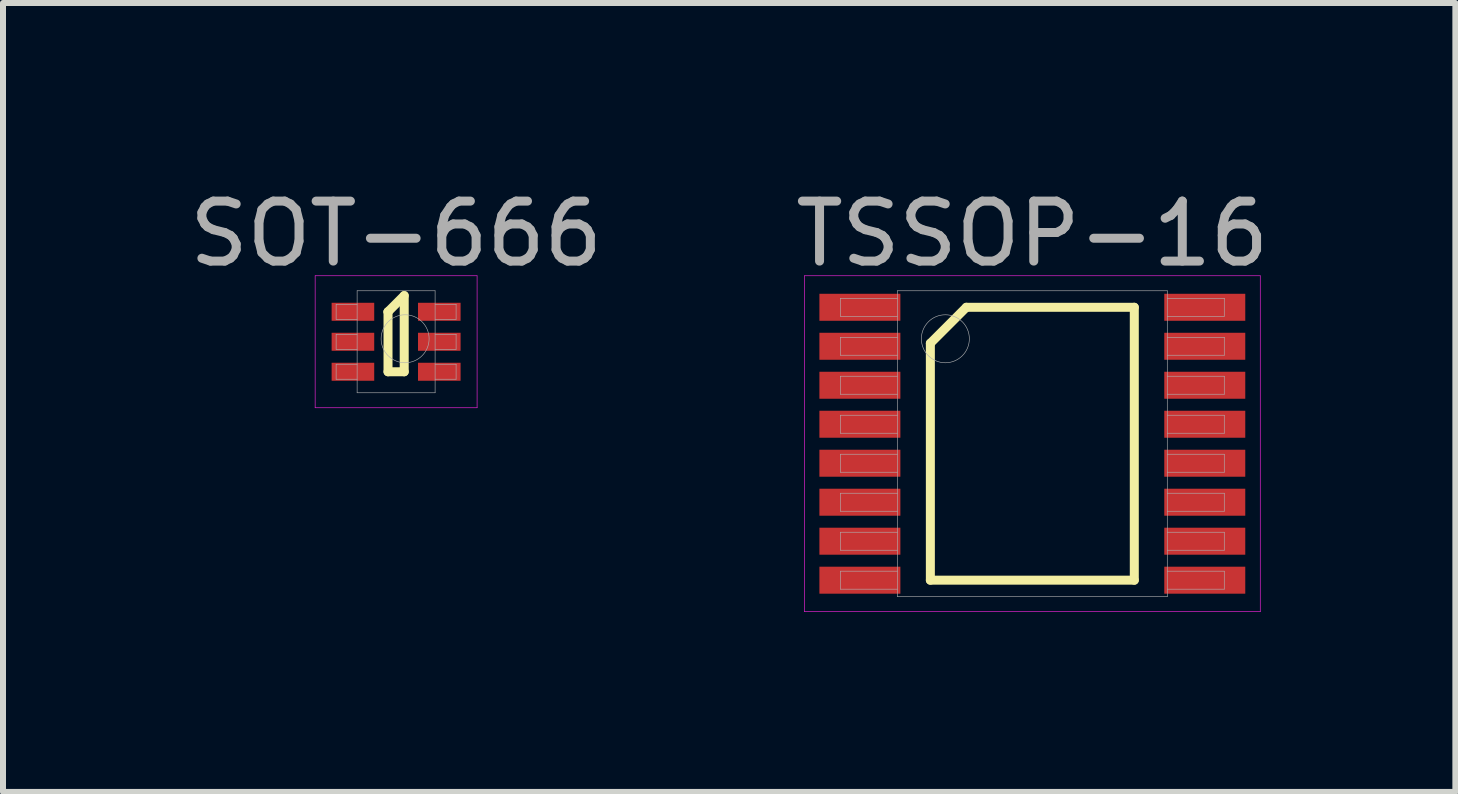
<source format=kicad_pcb>
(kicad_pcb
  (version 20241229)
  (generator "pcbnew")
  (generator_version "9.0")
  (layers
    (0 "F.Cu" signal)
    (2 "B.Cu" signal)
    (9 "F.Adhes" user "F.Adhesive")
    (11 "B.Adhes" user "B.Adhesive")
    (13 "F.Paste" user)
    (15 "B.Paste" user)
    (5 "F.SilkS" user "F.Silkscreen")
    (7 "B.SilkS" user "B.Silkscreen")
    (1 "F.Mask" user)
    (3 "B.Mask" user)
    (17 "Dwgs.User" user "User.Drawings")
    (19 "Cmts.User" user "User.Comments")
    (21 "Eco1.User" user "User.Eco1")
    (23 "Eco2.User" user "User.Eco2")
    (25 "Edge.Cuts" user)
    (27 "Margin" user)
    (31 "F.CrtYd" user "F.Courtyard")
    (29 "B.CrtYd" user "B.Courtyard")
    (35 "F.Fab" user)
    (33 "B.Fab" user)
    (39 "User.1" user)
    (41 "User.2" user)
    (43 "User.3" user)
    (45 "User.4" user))
  (footprint "TSSOP-16"
    (layer "F.Cu")
    (at 14.161 4.348)
    (property "Reference" "TSSOP-16" (at 0 -3.5 0) (layer "F.Fab") (effects (font (size 1 1) (thickness 0.15))))
    (attr through_hole)
    (fp_line (start -1.7 -1.675) (end -1.1 -2.275) (stroke (width 0.15) (type solid)) (layer "F.SilkS"))
    (fp_line (start -1.7 2.275) (end -1.7 -1.675) (stroke (width 0.15) (type solid)) (layer "F.SilkS"))
    (fp_line (start -1.1 -2.275) (end 1.7 -2.275) (stroke (width 0.15) (type solid)) (layer "F.SilkS"))
    (fp_line (start 1.7 -2.275) (end 1.7 2.275) (stroke (width 0.15) (type solid)) (layer "F.SilkS"))
    (fp_line (start 1.7 2.275) (end -1.7 2.275) (stroke (width 0.15) (type solid)) (layer "F.SilkS"))
    (fp_line (start -3.8 -2.8) (end 3.8 -2.8) (stroke (width 0.01) (type solid)) (layer "F.CrtYd"))
    (fp_line (start -3.8 2.8) (end -3.8 -2.8) (stroke (width 0.01) (type solid)) (layer "F.CrtYd"))
    (fp_line (start 3.8 -2.8) (end 3.8 2.8) (stroke (width 0.01) (type solid)) (layer "F.CrtYd"))
    (fp_line (start 3.8 2.8) (end -3.8 2.8) (stroke (width 0.01) (type solid)) (layer "F.CrtYd"))
    (fp_line (start -3.2 -2.425) (end -2.25 -2.425) (stroke (width 0.01) (type solid)) (layer "F.Fab"))
    (fp_line (start -3.2 -2.125) (end -3.2 -2.425) (stroke (width 0.01) (type solid)) (layer "F.Fab"))
    (fp_line (start -3.2 -1.775) (end -2.25 -1.775) (stroke (width 0.01) (type solid)) (layer "F.Fab"))
    (fp_line (start -3.2 -1.475) (end -3.2 -1.775) (stroke (width 0.01) (type solid)) (layer "F.Fab"))
    (fp_line (start -3.2 -1.125) (end -2.25 -1.125) (stroke (width 0.01) (type solid)) (layer "F.Fab"))
    (fp_line (start -3.2 -0.825) (end -3.2 -1.125) (stroke (width 0.01) (type solid)) (layer "F.Fab"))
    (fp_line (start -3.2 -0.475) (end -2.25 -0.475) (stroke (width 0.01) (type solid)) (layer "F.Fab"))
    (fp_line (start -3.2 -0.175) (end -3.2 -0.475) (stroke (width 0.01) (type solid)) (layer "F.Fab"))
    (fp_line (start -3.2 0.175) (end -2.25 0.175) (stroke (width 0.01) (type solid)) (layer "F.Fab"))
    (fp_line (start -3.2 0.475) (end -3.2 0.175) (stroke (width 0.01) (type solid)) (layer "F.Fab"))
    (fp_line (start -3.2 0.825) (end -2.25 0.825) (stroke (width 0.01) (type solid)) (layer "F.Fab"))
    (fp_line (start -3.2 1.125) (end -3.2 0.825) (stroke (width 0.01) (type solid)) (layer "F.Fab"))
    (fp_line (start -3.2 1.475) (end -2.25 1.475) (stroke (width 0.01) (type solid)) (layer "F.Fab"))
    (fp_line (start -3.2 1.775) (end -3.2 1.475) (stroke (width 0.01) (type solid)) (layer "F.Fab"))
    (fp_line (start -3.2 2.125) (end -2.25 2.125) (stroke (width 0.01) (type solid)) (layer "F.Fab"))
    (fp_line (start -3.2 2.425) (end -3.2 2.125) (stroke (width 0.01) (type solid)) (layer "F.Fab"))
    (fp_line (start -2.25 -2.55) (end 2.25 -2.55) (stroke (width 0.01) (type solid)) (layer "F.Fab"))
    (fp_line (start -2.25 -2.125) (end -3.2 -2.125) (stroke (width 0.01) (type solid)) (layer "F.Fab"))
    (fp_line (start -2.25 -1.475) (end -3.2 -1.475) (stroke (width 0.01) (type solid)) (layer "F.Fab"))
    (fp_line (start -2.25 -0.825) (end -3.2 -0.825) (stroke (width 0.01) (type solid)) (layer "F.Fab"))
    (fp_line (start -2.25 -0.175) (end -3.2 -0.175) (stroke (width 0.01) (type solid)) (layer "F.Fab"))
    (fp_line (start -2.25 0.475) (end -3.2 0.475) (stroke (width 0.01) (type solid)) (layer "F.Fab"))
    (fp_line (start -2.25 1.125) (end -3.2 1.125) (stroke (width 0.01) (type solid)) (layer "F.Fab"))
    (fp_line (start -2.25 1.775) (end -3.2 1.775) (stroke (width 0.01) (type solid)) (layer "F.Fab"))
    (fp_line (start -2.25 2.425) (end -3.2 2.425) (stroke (width 0.01) (type solid)) (layer "F.Fab"))
    (fp_line (start -2.25 2.55) (end -2.25 -2.55) (stroke (width 0.01) (type solid)) (layer "F.Fab"))
    (fp_line (start 2.25 -2.55) (end 2.25 2.55) (stroke (width 0.01) (type solid)) (layer "F.Fab"))
    (fp_line (start 2.25 -2.425) (end 3.2 -2.425) (stroke (width 0.01) (type solid)) (layer "F.Fab"))
    (fp_line (start 2.25 -1.775) (end 3.2 -1.775) (stroke (width 0.01) (type solid)) (layer "F.Fab"))
    (fp_line (start 2.25 -1.125) (end 3.2 -1.125) (stroke (width 0.01) (type solid)) (layer "F.Fab"))
    (fp_line (start 2.25 -0.475) (end 3.2 -0.475) (stroke (width 0.01) (type solid)) (layer "F.Fab"))
    (fp_line (start 2.25 0.175) (end 3.2 0.175) (stroke (width 0.01) (type solid)) (layer "F.Fab"))
    (fp_line (start 2.25 0.825) (end 3.2 0.825) (stroke (width 0.01) (type solid)) (layer "F.Fab"))
    (fp_line (start 2.25 1.475) (end 3.2 1.475) (stroke (width 0.01) (type solid)) (layer "F.Fab"))
    (fp_line (start 2.25 2.125) (end 3.2 2.125) (stroke (width 0.01) (type solid)) (layer "F.Fab"))
    (fp_line (start 2.25 2.55) (end -2.25 2.55) (stroke (width 0.01) (type solid)) (layer "F.Fab"))
    (fp_line (start 3.2 -2.425) (end 3.2 -2.125) (stroke (width 0.01) (type solid)) (layer "F.Fab"))
    (fp_line (start 3.2 -2.125) (end 2.25 -2.125) (stroke (width 0.01) (type solid)) (layer "F.Fab"))
    (fp_line (start 3.2 -1.775) (end 3.2 -1.475) (stroke (width 0.01) (type solid)) (layer "F.Fab"))
    (fp_line (start 3.2 -1.475) (end 2.25 -1.475) (stroke (width 0.01) (type solid)) (layer "F.Fab"))
    (fp_line (start 3.2 -1.125) (end 3.2 -0.825) (stroke (width 0.01) (type solid)) (layer "F.Fab"))
    (fp_line (start 3.2 -0.825) (end 2.25 -0.825) (stroke (width 0.01) (type solid)) (layer "F.Fab"))
    (fp_line (start 3.2 -0.475) (end 3.2 -0.175) (stroke (width 0.01) (type solid)) (layer "F.Fab"))
    (fp_line (start 3.2 -0.175) (end 2.25 -0.175) (stroke (width 0.01) (type solid)) (layer "F.Fab"))
    (fp_line (start 3.2 0.175) (end 3.2 0.475) (stroke (width 0.01) (type solid)) (layer "F.Fab"))
    (fp_line (start 3.2 0.475) (end 2.25 0.475) (stroke (width 0.01) (type solid)) (layer "F.Fab"))
    (fp_line (start 3.2 0.825) (end 3.2 1.125) (stroke (width 0.01) (type solid)) (layer "F.Fab"))
    (fp_line (start 3.2 1.125) (end 2.25 1.125) (stroke (width 0.01) (type solid)) (layer "F.Fab"))
    (fp_line (start 3.2 1.475) (end 3.2 1.775) (stroke (width 0.01) (type solid)) (layer "F.Fab"))
    (fp_line (start 3.2 1.775) (end 2.25 1.775) (stroke (width 0.01) (type solid)) (layer "F.Fab"))
    (fp_line (start 3.2 2.125) (end 3.2 2.425) (stroke (width 0.01) (type solid)) (layer "F.Fab"))
    (fp_line (start 3.2 2.425) (end 2.25 2.425) (stroke (width 0.01) (type solid)) (layer "F.Fab"))
    (fp_circle (center -1.45 -1.75) (end -1.45 -1.35) (stroke (width 0.01) (type solid)) (fill no) (layer "F.Fab"))
    (pad "1" smd rect (at -2.875 -2.275) (size 1.35 0.45) (layers "F.Cu" "F.Mask" "F.Paste"))
    (pad "2" smd rect (at -2.875 -1.625) (size 1.35 0.45) (layers "F.Cu" "F.Mask" "F.Paste"))
    (pad "3" smd rect (at -2.875 -0.975) (size 1.35 0.45) (layers "F.Cu" "F.Mask" "F.Paste"))
    (pad "4" smd rect (at -2.875 -0.325) (size 1.35 0.45) (layers "F.Cu" "F.Mask" "F.Paste"))
    (pad "5" smd rect (at -2.875 0.325) (size 1.35 0.45) (layers "F.Cu" "F.Mask" "F.Paste"))
    (pad "6" smd rect (at -2.875 0.975) (size 1.35 0.45) (layers "F.Cu" "F.Mask" "F.Paste"))
    (pad "7" smd rect (at -2.875 1.625) (size 1.35 0.45) (layers "F.Cu" "F.Mask" "F.Paste"))
    (pad "8" smd rect (at -2.875 2.275) (size 1.35 0.45) (layers "F.Cu" "F.Mask" "F.Paste"))
    (pad "9" smd rect (at 2.875 2.275) (size 1.35 0.45) (layers "F.Cu" "F.Mask" "F.Paste"))
    (pad "10" smd rect (at 2.875 1.625) (size 1.35 0.45) (layers "F.Cu" "F.Mask" "F.Paste"))
    (pad "11" smd rect (at 2.875 0.975) (size 1.35 0.45) (layers "F.Cu" "F.Mask" "F.Paste"))
    (pad "12" smd rect (at 2.875 0.325) (size 1.35 0.45) (layers "F.Cu" "F.Mask" "F.Paste"))
    (pad "13" smd rect (at 2.875 -0.325) (size 1.35 0.45) (layers "F.Cu" "F.Mask" "F.Paste"))
    (pad "14" smd rect (at 2.875 -0.975) (size 1.35 0.45) (layers "F.Cu" "F.Mask" "F.Paste"))
    (pad "15" smd rect (at 2.875 -1.625) (size 1.35 0.45) (layers "F.Cu" "F.Mask" "F.Paste"))
    (pad "16" smd rect (at 2.875 -2.275) (size 1.35 0.45) (layers "F.Cu" "F.Mask" "F.Paste")))
  (footprint "SOT-666"
    (layer "F.Cu")
    (at 3.554 2.648)
    (property "Reference" "SOT-666" (at 0 -1.8 0) (layer "F.Fab") (effects (font (size 1 1) (thickness 0.15))))
    (attr through_hole)
    (fp_line (start -0.135 -0.5) (end -0.135 -0.5) (stroke (width 0.15) (type solid)) (layer "F.SilkS"))
    (fp_line (start -0.135 -0.5) (end -0.135 0.5) (stroke (width 0.15) (type solid)) (layer "F.SilkS"))
    (fp_line (start -0.135 0.5) (end 0.135 0.5) (stroke (width 0.15) (type solid)) (layer "F.SilkS"))
    (fp_line (start 0.135 -0.77) (end -0.135 -0.5) (stroke (width 0.15) (type solid)) (layer "F.SilkS"))
    (fp_line (start 0.135 0.5) (end 0.135 -0.77) (stroke (width 0.15) (type solid)) (layer "F.SilkS"))
    (fp_line (start -1.35 -1.1) (end 1.35 -1.1) (stroke (width 0.01) (type solid)) (layer "F.CrtYd"))
    (fp_line (start -1.35 1.1) (end -1.35 -1.1) (stroke (width 0.01) (type solid)) (layer "F.CrtYd"))
    (fp_line (start 1.35 -1.1) (end 1.35 1.1) (stroke (width 0.01) (type solid)) (layer "F.CrtYd"))
    (fp_line (start 1.35 1.1) (end -1.35 1.1) (stroke (width 0.01) (type solid)) (layer "F.CrtYd"))
    (fp_line (start -1 -0.625) (end -0.65 -0.625) (stroke (width 0.01) (type solid)) (layer "F.Fab"))
    (fp_line (start -1 -0.375) (end -1 -0.625) (stroke (width 0.01) (type solid)) (layer "F.Fab"))
    (fp_line (start -1 -0.125) (end -0.65 -0.125) (stroke (width 0.01) (type solid)) (layer "F.Fab"))
    (fp_line (start -1 0.125) (end -1 -0.125) (stroke (width 0.01) (type solid)) (layer "F.Fab"))
    (fp_line (start -1 0.375) (end -0.65 0.375) (stroke (width 0.01) (type solid)) (layer "F.Fab"))
    (fp_line (start -1 0.625) (end -1 0.375) (stroke (width 0.01) (type solid)) (layer "F.Fab"))
    (fp_line (start -0.65 -0.85) (end 0.65 -0.85) (stroke (width 0.01) (type solid)) (layer "F.Fab"))
    (fp_line (start -0.65 -0.375) (end -1 -0.375) (stroke (width 0.01) (type solid)) (layer "F.Fab"))
    (fp_line (start -0.65 0.125) (end -1 0.125) (stroke (width 0.01) (type solid)) (layer "F.Fab"))
    (fp_line (start -0.65 0.625) (end -1 0.625) (stroke (width 0.01) (type solid)) (layer "F.Fab"))
    (fp_line (start -0.65 0.85) (end -0.65 -0.85) (stroke (width 0.01) (type solid)) (layer "F.Fab"))
    (fp_line (start 0.65 -0.85) (end 0.65 0.85) (stroke (width 0.01) (type solid)) (layer "F.Fab"))
    (fp_line (start 0.65 -0.625) (end 1 -0.625) (stroke (width 0.01) (type solid)) (layer "F.Fab"))
    (fp_line (start 0.65 -0.125) (end 1 -0.125) (stroke (width 0.01) (type solid)) (layer "F.Fab"))
    (fp_line (start 0.65 0.375) (end 1 0.375) (stroke (width 0.01) (type solid)) (layer "F.Fab"))
    (fp_line (start 0.65 0.85) (end -0.65 0.85) (stroke (width 0.01) (type solid)) (layer "F.Fab"))
    (fp_line (start 1 -0.625) (end 1 -0.375) (stroke (width 0.01) (type solid)) (layer "F.Fab"))
    (fp_line (start 1 -0.375) (end 0.65 -0.375) (stroke (width 0.01) (type solid)) (layer "F.Fab"))
    (fp_line (start 1 -0.125) (end 1 0.125) (stroke (width 0.01) (type solid)) (layer "F.Fab"))
    (fp_line (start 1 0.125) (end 0.65 0.125) (stroke (width 0.01) (type solid)) (layer "F.Fab"))
    (fp_line (start 1 0.375) (end 1 0.625) (stroke (width 0.01) (type solid)) (layer "F.Fab"))
    (fp_line (start 1 0.625) (end 0.65 0.625) (stroke (width 0.01) (type solid)) (layer "F.Fab"))
    (fp_circle (center 0.15 -0.05) (end 0.15 0.35) (stroke (width 0.01) (type solid)) (fill no) (layer "F.Fab"))
    (pad "1" smd rect (at -0.72 -0.5) (size 0.71 0.3) (layers "F.Cu" "F.Mask" "F.Paste"))
    (pad "2" smd rect (at -0.72 0) (size 0.71 0.3) (layers "F.Cu" "F.Mask" "F.Paste"))
    (pad "3" smd rect (at -0.72 0.5) (size 0.71 0.3) (layers "F.Cu" "F.Mask" "F.Paste"))
    (pad "4" smd rect (at 0.72 0.5) (size 0.71 0.3) (layers "F.Cu" "F.Mask" "F.Paste"))
    (pad "5" smd rect (at 0.72 0) (size 0.71 0.3) (layers "F.Cu" "F.Mask" "F.Paste"))
    (pad "6" smd rect (at 0.72 -0.5) (size 0.71 0.3) (layers "F.Cu" "F.Mask" "F.Paste")))
  (gr_rect
    (start -3 -3)
    (end 21.214 10.153)
    (stroke (width 0.1) (type default))
    (fill no)
    (layer "Edge.Cuts")))
</source>
